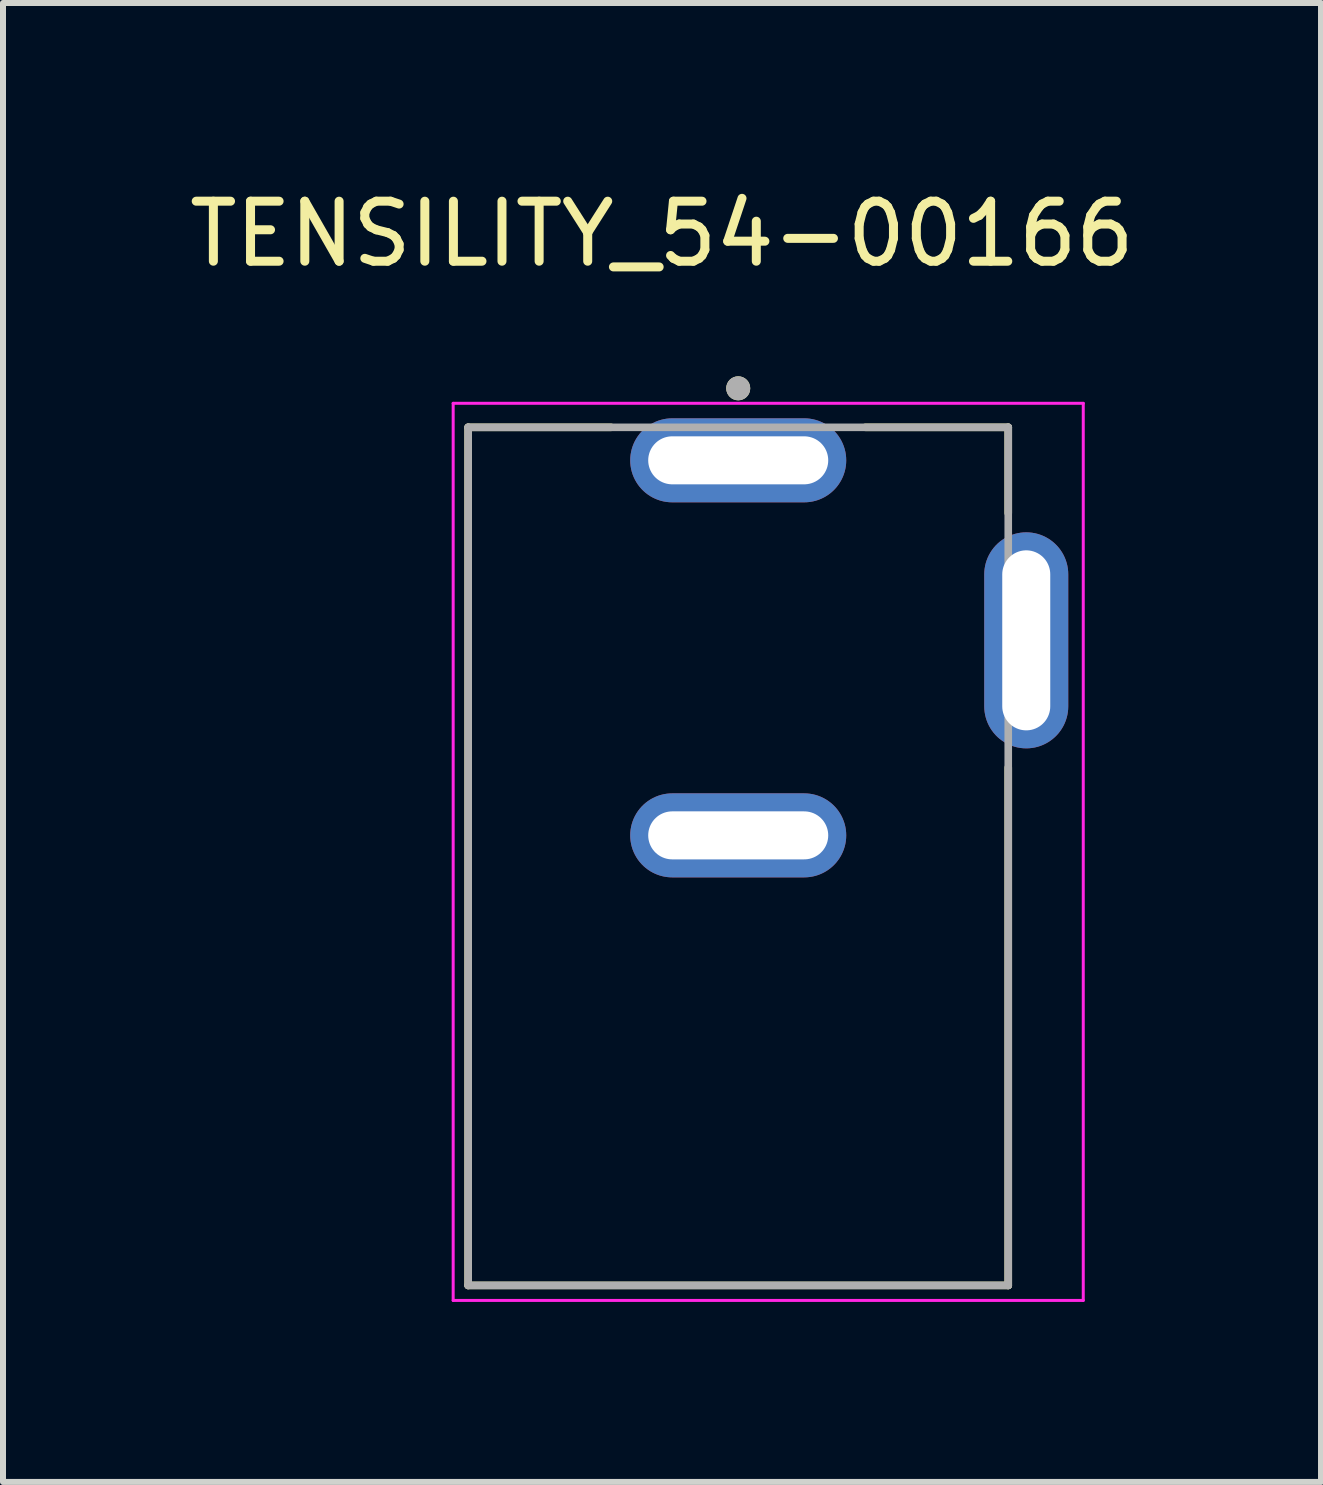
<source format=kicad_pcb>
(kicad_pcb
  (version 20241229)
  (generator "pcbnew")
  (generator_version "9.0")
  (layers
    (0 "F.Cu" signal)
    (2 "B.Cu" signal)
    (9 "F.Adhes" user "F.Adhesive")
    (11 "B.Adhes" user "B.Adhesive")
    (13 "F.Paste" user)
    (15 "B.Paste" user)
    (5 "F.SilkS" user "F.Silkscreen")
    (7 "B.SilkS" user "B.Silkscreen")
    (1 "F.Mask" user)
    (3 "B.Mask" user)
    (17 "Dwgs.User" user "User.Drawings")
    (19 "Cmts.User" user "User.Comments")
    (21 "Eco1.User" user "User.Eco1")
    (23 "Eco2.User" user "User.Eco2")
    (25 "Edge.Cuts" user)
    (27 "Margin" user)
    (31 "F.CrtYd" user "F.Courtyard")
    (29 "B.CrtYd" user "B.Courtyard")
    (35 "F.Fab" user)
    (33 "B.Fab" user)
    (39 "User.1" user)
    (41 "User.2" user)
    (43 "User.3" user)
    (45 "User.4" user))
  (footprint "TENSILITY_54-00166"
    (layer "F.Cu")
    (at 9.252 10.871)
    (property "Reference" "TENSILITY_54-00166" (at -1.27 -10.023 0) (layer "F.SilkS") (effects (font (size 1 1) (thickness 0.15))))
    (attr through_hole)
    (fp_line (start -4.5 -6.8) (end -2.12 -6.8) (stroke (width 0.127) (type solid)) (layer "F.SilkS"))
    (fp_line (start -4.5 7.5) (end -4.5 -6.8) (stroke (width 0.127) (type solid)) (layer "F.SilkS"))
    (fp_line (start 2.12 -6.8) (end 4.5 -6.8) (stroke (width 0.127) (type solid)) (layer "F.SilkS"))
    (fp_line (start 4.5 -6.8) (end 4.5 -5.37) (stroke (width 0.127) (type solid)) (layer "F.SilkS"))
    (fp_line (start 4.5 7.5) (end -4.5 7.5) (stroke (width 0.127) (type solid)) (layer "F.SilkS"))
    (fp_line (start 4.5 7.5) (end 4.5 -1.13) (stroke (width 0.127) (type solid)) (layer "F.SilkS"))
    (fp_circle (center 0 -7.45) (end 0.1 -7.45) (stroke (width 0.2) (type solid)) (fill no) (layer "F.SilkS"))
    (fp_line (start -4.75 -7.2) (end -4.75 7.75) (stroke (width 0.05) (type solid)) (layer "F.CrtYd"))
    (fp_line (start -4.75 7.75) (end 5.75 7.75) (stroke (width 0.05) (type solid)) (layer "F.CrtYd"))
    (fp_line (start 5.75 -7.2) (end -4.75 -7.2) (stroke (width 0.05) (type solid)) (layer "F.CrtYd"))
    (fp_line (start 5.75 7.75) (end 5.75 -7.2) (stroke (width 0.05) (type solid)) (layer "F.CrtYd"))
    (fp_line (start -4.5 -6.8) (end 4.5 -6.8) (stroke (width 0.127) (type solid)) (layer "F.Fab"))
    (fp_line (start -4.5 7.5) (end -4.5 -6.8) (stroke (width 0.127) (type solid)) (layer "F.Fab"))
    (fp_line (start 4.5 -6.8) (end 4.5 7.5) (stroke (width 0.127) (type solid)) (layer "F.Fab"))
    (fp_line (start 4.5 7.5) (end -4.5 7.5) (stroke (width 0.127) (type solid)) (layer "F.Fab"))
    (fp_circle (center 0 -7.45) (end 0.1 -7.45) (stroke (width 0.2) (type solid)) (fill no) (layer "F.Fab"))
    (pad "A" thru_hole oval (at 0 -6.25) (size 3.6 1.4) (drill oval 3 0.8) (layers "*.Cu" "*.Mask"))
    (pad "B" thru_hole oval (at 0 0) (size 3.6 1.4) (drill oval 3 0.8) (layers "*.Cu" "*.Mask"))
    (pad "C" thru_hole oval (at 4.8 -3.25) (size 1.4 3.6) (drill oval 0.8 3) (layers "*.Cu" "*.Mask")))
  (gr_rect
    (start -3 -3)
    (end 18.964 21.646)
    (stroke (width 0.1) (type default))
    (fill no)
    (layer "Edge.Cuts")))
</source>
